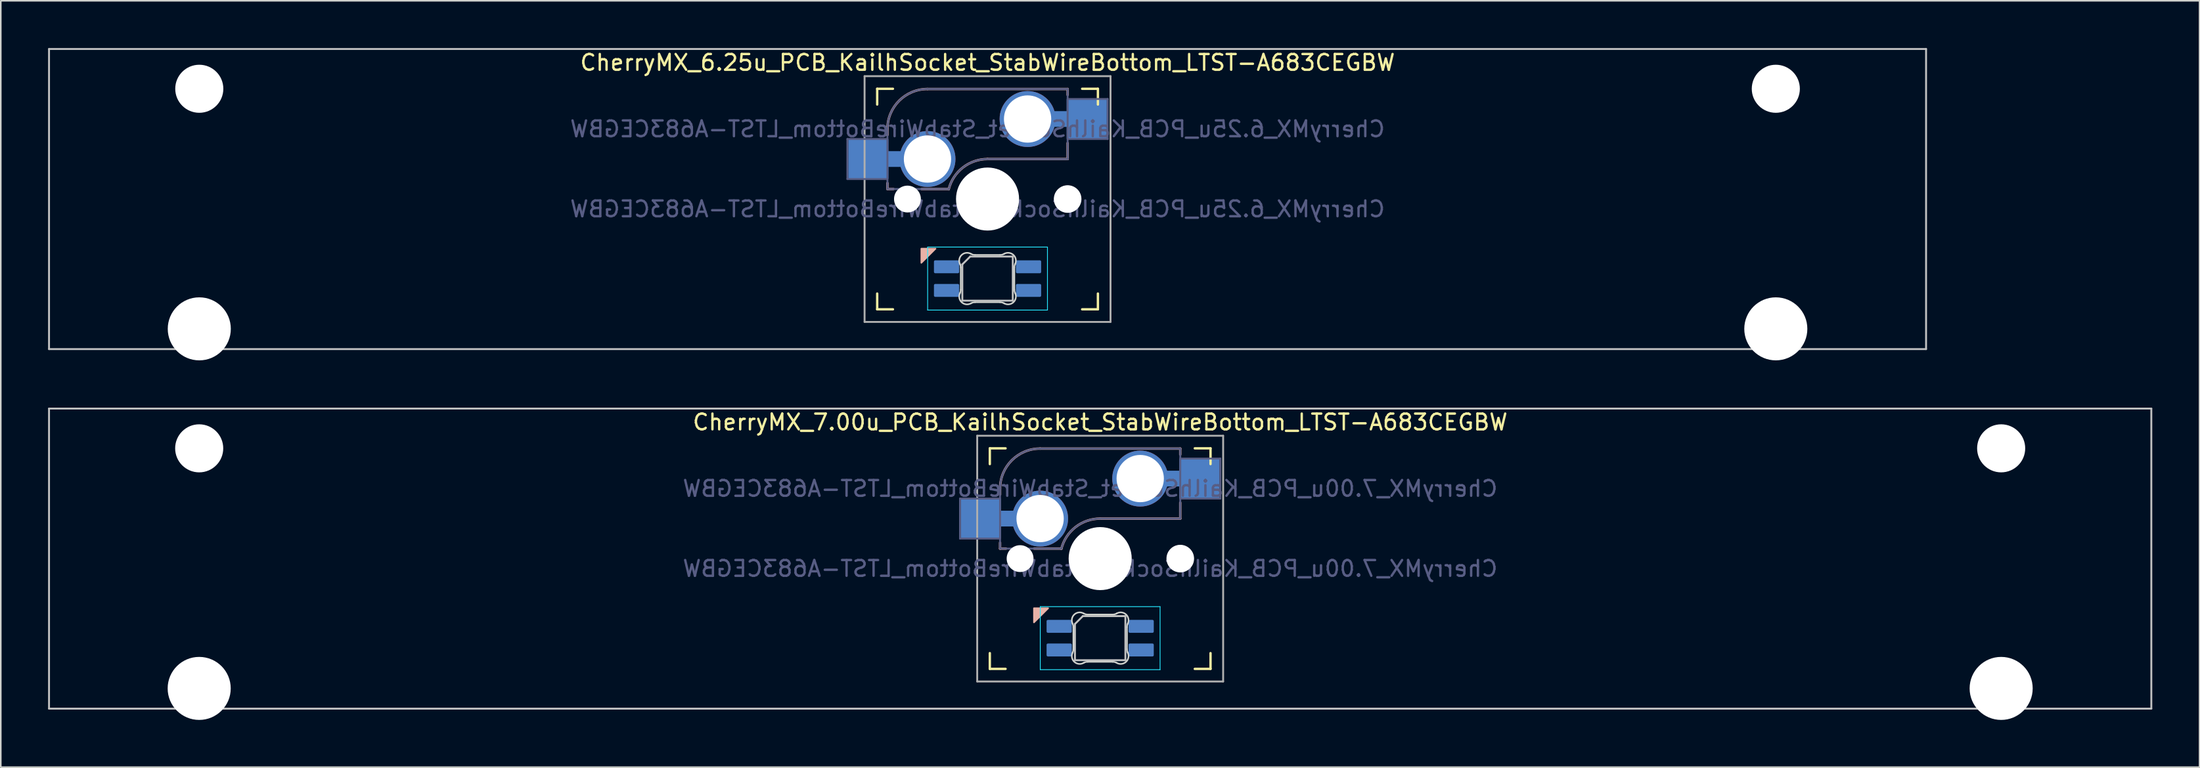
<source format=kicad_pcb>
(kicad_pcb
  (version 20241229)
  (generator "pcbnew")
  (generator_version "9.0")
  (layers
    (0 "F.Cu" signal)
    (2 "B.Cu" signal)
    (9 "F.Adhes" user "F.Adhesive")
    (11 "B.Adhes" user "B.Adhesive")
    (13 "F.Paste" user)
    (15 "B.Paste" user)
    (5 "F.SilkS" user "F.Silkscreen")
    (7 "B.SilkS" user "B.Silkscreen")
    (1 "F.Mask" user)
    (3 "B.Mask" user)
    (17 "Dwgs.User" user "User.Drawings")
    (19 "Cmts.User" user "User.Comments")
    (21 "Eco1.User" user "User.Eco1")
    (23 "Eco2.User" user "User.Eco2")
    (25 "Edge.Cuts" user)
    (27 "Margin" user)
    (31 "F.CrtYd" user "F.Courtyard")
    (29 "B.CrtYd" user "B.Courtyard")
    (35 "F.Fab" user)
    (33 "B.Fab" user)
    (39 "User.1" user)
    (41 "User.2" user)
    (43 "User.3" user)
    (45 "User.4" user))
  (footprint "CherryMX_7.00u_PCB_KailhSocket_StabWireBottom_LTST-A683CEGBW"
    (layer "F.Cu")
    (at 66.735 32.41)
    (property "Reference" "CherryMX_7.00u_PCB_KailhSocket_StabWireBottom_LTST-A683CEGBW" (at 0 -8.662 0) (layer "F.SilkS") (effects (font (size 1 1) (thickness 0.15))))
    (property "Value" "CherryMX_7.00u_PCB_KailhSocket_StabWireBottom_LTST-A683CEGBW" (at 0 8.662 0) (layer "F.Fab") (hide yes) (effects (font (size 1 1) (thickness 0.15))))
    (attr through_hole)
    (fp_line (start -7 -6) (end -7 -7) (stroke (width 0.15) (type solid)) (layer "F.SilkS"))
    (fp_line (start -7 7) (end -7 6) (stroke (width 0.15) (type solid)) (layer "F.SilkS"))
    (fp_line (start -7 7) (end -6 7) (stroke (width 0.15) (type solid)) (layer "F.SilkS"))
    (fp_line (start -6 -7) (end -7 -7) (stroke (width 0.15) (type solid)) (layer "F.SilkS"))
    (fp_line (start 6 7) (end 7 7) (stroke (width 0.15) (type solid)) (layer "F.SilkS"))
    (fp_line (start 7 -7) (end 6 -7) (stroke (width 0.15) (type solid)) (layer "F.SilkS"))
    (fp_line (start 7 -7) (end 7 -6) (stroke (width 0.15) (type solid)) (layer "F.SilkS"))
    (fp_line (start 7 6) (end 7 7) (stroke (width 0.15) (type solid)) (layer "F.SilkS"))
    (fp_line (start -6.35 -4.445) (end -6.35 -4.064) (stroke (width 0.15) (type solid)) (layer "B.SilkS"))
    (fp_line (start -6.35 -1.016) (end -6.35 -0.635) (stroke (width 0.15) (type solid)) (layer "B.SilkS"))
    (fp_line (start -5.969 -0.635) (end -6.35 -0.635) (stroke (width 0.15) (type solid)) (layer "B.SilkS"))
    (fp_line (start -3.81 -6.985) (end 5.08 -6.985) (stroke (width 0.15) (type solid)) (layer "B.SilkS"))
    (fp_line (start -2.464 -0.635) (end -4.191 -0.635) (stroke (width 0.15) (type solid)) (layer "B.SilkS"))
    (fp_line (start 5.08 -6.985) (end 5.08 -6.604) (stroke (width 0.15) (type solid)) (layer "B.SilkS"))
    (fp_line (start 5.08 -3.556) (end 5.08 -2.54) (stroke (width 0.15) (type solid)) (layer "B.SilkS"))
    (fp_line (start 5.08 -2.54) (end 0 -2.54) (stroke (width 0.15) (type solid)) (layer "B.SilkS"))
    (fp_arc (start -6.35 -4.445) (mid -5.606051 -6.241051) (end -3.81 -6.985) (stroke (width 0.15) (type solid)) (layer "B.SilkS"))
    (fp_arc (start -2.464162 -0.61604) (mid -1.563147 -2.002042) (end 0 -2.54) (stroke (width 0.15) (type solid)) (layer "B.SilkS"))
    (fp_poly (pts (xy -4.2 4.05) (xy -3.3 3.15) (xy -4.2 3.15)) (stroke (width 0.1) (type solid)) (fill yes) (layer "B.SilkS"))
    (fp_line (start -66.675 -9.525) (end 66.675 -9.525) (stroke (width 0.12) (type solid)) (layer "Dwgs.User"))
    (fp_line (start -66.675 9.525) (end -66.675 -9.525) (stroke (width 0.12) (type solid)) (layer "Dwgs.User"))
    (fp_line (start -1.6 4.15) (end -1.6 6.45) (stroke (width 0.12) (type solid)) (layer "Dwgs.User"))
    (fp_line (start -1.6 4.15) (end -1.1 3.65) (stroke (width 0.12) (type solid)) (layer "Dwgs.User"))
    (fp_line (start -1.6 6.45) (end 1.6 6.45) (stroke (width 0.12) (type solid)) (layer "Dwgs.User"))
    (fp_line (start 1.6 3.65) (end -1.1 3.65) (stroke (width 0.12) (type solid)) (layer "Dwgs.User"))
    (fp_line (start 1.6 6.45) (end 1.6 3.65) (stroke (width 0.12) (type solid)) (layer "Dwgs.User"))
    (fp_line (start 66.675 -9.525) (end 66.675 9.525) (stroke (width 0.12) (type solid)) (layer "Dwgs.User"))
    (fp_line (start 66.675 9.525) (end -66.675 9.525) (stroke (width 0.12) (type solid)) (layer "Dwgs.User"))
    (fp_line (start -6.9 6.9) (end -6.9 -6.9) (stroke (width 0.15) (type solid)) (layer "Eco2.User"))
    (fp_line (start -6.9 6.9) (end 6.9 6.9) (stroke (width 0.15) (type solid)) (layer "Eco2.User"))
    (fp_line (start 6.9 -6.9) (end -6.9 -6.9) (stroke (width 0.15) (type solid)) (layer "Eco2.User"))
    (fp_line (start 6.9 -6.9) (end 6.9 6.9) (stroke (width 0.15) (type solid)) (layer "Eco2.User"))
    (fp_line (start -1.7 5.753) (end -1.7 4.347) (stroke (width 0.1) (type solid)) (layer "Edge.Cuts"))
    (fp_line (start -0.794 3.55) (end 0.794 3.55) (stroke (width 0.1) (type solid)) (layer "Edge.Cuts"))
    (fp_line (start 0.794 6.55) (end -0.794 6.55) (stroke (width 0.1) (type solid)) (layer "Edge.Cuts"))
    (fp_line (start 1.7 4.347) (end 1.7 5.753) (stroke (width 0.1) (type solid)) (layer "Edge.Cuts"))
    (fp_arc (start -1.749484 4.13028) (mid -1.712527 4.235932) (end -1.699999 4.347158) (stroke (width 0.1) (type solid)) (layer "Edge.Cuts"))
    (fp_arc (start -1.749484 4.130281) (mid -1.638072 3.545965) (end -1.046711 3.481701) (stroke (width 0.1) (type solid)) (layer "Edge.Cuts"))
    (fp_arc (start -1.699999 5.752843) (mid -1.712527 5.864068) (end -1.749484 5.96972) (stroke (width 0.1) (type solid)) (layer "Edge.Cuts"))
    (fp_arc (start -1.046711 6.618298) (mid -1.63807 6.554034) (end -1.749484 5.96972) (stroke (width 0.1) (type solid)) (layer "Edge.Cuts"))
    (fp_arc (start -1.046711 6.618298) (mid -0.925123 6.567376) (end -0.794453 6.549999) (stroke (width 0.1) (type solid)) (layer "Edge.Cuts"))
    (fp_arc (start -0.794452 3.55) (mid -0.925123 3.532623) (end -1.046711 3.481701) (stroke (width 0.1) (type solid)) (layer "Edge.Cuts"))
    (fp_arc (start 0.794453 6.55) (mid 0.925123 6.567377) (end 1.046711 6.618299) (stroke (width 0.1) (type solid)) (layer "Edge.Cuts"))
    (fp_arc (start 1.04671 3.481701) (mid 0.925122 3.532623) (end 0.794452 3.55) (stroke (width 0.1) (type solid)) (layer "Edge.Cuts"))
    (fp_arc (start 1.046711 3.481703) (mid 1.63807 3.545966) (end 1.749484 4.13028) (stroke (width 0.1) (type solid)) (layer "Edge.Cuts"))
    (fp_arc (start 1.699999 4.347157) (mid 1.712527 4.235932) (end 1.749484 4.13028) (stroke (width 0.1) (type solid)) (layer "Edge.Cuts"))
    (fp_arc (start 1.749484 5.96972) (mid 1.638071 6.554035) (end 1.046711 6.618299) (stroke (width 0.1) (type solid)) (layer "Edge.Cuts"))
    (fp_arc (start 1.749484 5.96972) (mid 1.712527 5.864068) (end 1.699999 5.752842) (stroke (width 0.1) (type solid)) (layer "Edge.Cuts"))
    (fp_line (start -3.8 3.05) (end -3.8 7.05) (stroke (width 0.05) (type solid)) (layer "B.CrtYd"))
    (fp_line (start -3.8 7.05) (end 3.8 7.05) (stroke (width 0.05) (type solid)) (layer "B.CrtYd"))
    (fp_line (start 3.8 3.05) (end -3.8 3.05) (stroke (width 0.05) (type solid)) (layer "B.CrtYd"))
    (fp_line (start 3.8 7.05) (end 3.8 3.05) (stroke (width 0.05) (type solid)) (layer "B.CrtYd"))
    (fp_line (start -8.89 -3.81) (end -6.35 -3.81) (stroke (width 0.12) (type solid)) (layer "B.Fab"))
    (fp_line (start -8.89 -1.27) (end -8.89 -3.81) (stroke (width 0.12) (type solid)) (layer "B.Fab"))
    (fp_line (start -6.35 -1.27) (end -8.89 -1.27) (stroke (width 0.12) (type solid)) (layer "B.Fab"))
    (fp_line (start -6.35 -0.635) (end -6.35 -4.445) (stroke (width 0.12) (type solid)) (layer "B.Fab"))
    (fp_line (start -6.35 -0.635) (end -2.54 -0.635) (stroke (width 0.12) (type solid)) (layer "B.Fab"))
    (fp_line (start -3.81 -6.985) (end 5.08 -6.985) (stroke (width 0.12) (type solid)) (layer "B.Fab"))
    (fp_line (start 5.08 -6.985) (end 5.08 -2.54) (stroke (width 0.12) (type solid)) (layer "B.Fab"))
    (fp_line (start 5.08 -6.35) (end 7.62 -6.35) (stroke (width 0.12) (type solid)) (layer "B.Fab"))
    (fp_line (start 5.08 -2.54) (end 0 -2.54) (stroke (width 0.12) (type solid)) (layer "B.Fab"))
    (fp_line (start 7.62 -6.35) (end 7.62 -3.81) (stroke (width 0.12) (type solid)) (layer "B.Fab"))
    (fp_line (start 7.62 -3.81) (end 5.08 -3.81) (stroke (width 0.12) (type solid)) (layer "B.Fab"))
    (fp_arc (start -6.35 -4.445) (mid -5.606051 -6.241051) (end -3.81 -6.985) (stroke (width 0.12) (type solid)) (layer "B.Fab"))
    (fp_arc (start -2.464162 -0.61604) (mid -1.563147 -2.002042) (end 0 -2.54) (stroke (width 0.12) (type solid)) (layer "B.Fab"))
    (fp_line (start -7.8 -7.8) (end -7.8 7.8) (stroke (width 0.12) (type solid)) (layer "F.Fab"))
    (fp_line (start -7.8 -7.8) (end 7.8 -7.8) (stroke (width 0.12) (type solid)) (layer "F.Fab"))
    (fp_line (start -7.8 7.8) (end 7.8 7.8) (stroke (width 0.12) (type solid)) (layer "F.Fab"))
    (fp_line (start 7.8 -7.8) (end 7.8 7.8) (stroke (width 0.12) (type solid)) (layer "F.Fab"))
    (fp_text user "${VALUE}" (at -0.635 0.635 0) (layer "B.Fab") (effects (font (size 1 1) (thickness 0.15)) (justify mirror)))
    (fp_text user "${REFERENCE}" (at -0.635 -4.445 0) (layer "B.Fab") (effects (font (size 1 1) (thickness 0.15)) (justify mirror)))
    (pad "" np_thru_hole circle (at -57.15 -7) (size 3.05 3.05) (drill 3.05) (layers "*.Cu" "*.Mask"))
    (pad "" np_thru_hole circle (at -57.15 8.24) (size 4 4) (drill 4) (layers "*.Cu" "*.Mask"))
    (pad "" np_thru_hole circle (at -5.08 0) (size 1.702 1.702) (drill 1.702) (layers "*.Cu" "*.Mask"))
    (pad "" np_thru_hole circle (at 0 0) (size 4 4) (drill 4) (layers "*.Cu" "*.Mask"))
    (pad "" np_thru_hole circle (at 5.08 0) (size 1.702 1.702) (drill 1.702) (layers "*.Cu" "*.Mask"))
    (pad "" np_thru_hole circle (at 5.08 0) (size 1.75 1.75) (drill 1.75) (layers "*.Cu" "*.Mask"))
    (pad "" np_thru_hole circle (at 57.15 -7) (size 3.05 3.05) (drill 3.05) (layers "*.Cu" "*.Mask"))
    (pad "" np_thru_hole circle (at 57.15 8.24) (size 4 4) (drill 4) (layers "*.Cu" "*.Mask"))
    (pad "1" smd rect (at -7.56 -2.54) (size 2.55 2.5) (layers "B.Cu" "B.Mask" "B.Paste"))
    (pad "1" connect rect (at -5.715 -2.54 90) (size 1 2.5) (layers "B.Cu"))
    (pad "1" thru_hole circle (at -3.81 -2.54) (size 3.55 3.55) (drill 3) (layers "*.Cu"))
    (pad "2" thru_hole circle (at 2.54 -5.08) (size 3.55 3.55) (drill 3) (layers "*.Cu"))
    (pad "2" connect rect (at 5.015 -5.08 270) (size 1 2.5) (layers "B.Cu"))
    (pad "2" smd rect (at 6.29 -5.08) (size 2.55 2.5) (layers "B.Cu" "B.Mask" "B.Paste"))
    (pad "3" smd roundrect (at -2.6 4.3 90) (size 0.82 1.6) (layers "B.Cu" "B.Mask" "B.Paste") (roundrect_rratio 0.1))
    (pad "4" smd roundrect (at -2.6 5.8 90) (size 0.82 1.6) (layers "B.Cu" "B.Mask" "B.Paste") (roundrect_rratio 0.1))
    (pad "5" smd roundrect (at 2.6 4.3 90) (size 0.82 1.6) (layers "B.Cu" "B.Mask" "B.Paste") (roundrect_rratio 0.1))
    (pad "6" smd roundrect (at 2.6 5.8 90) (size 0.82 1.6) (layers "B.Cu" "B.Mask" "B.Paste") (roundrect_rratio 0.1)))
  (footprint "CherryMX_6.25u_PCB_KailhSocket_StabWireBottom_LTST-A683CEGBW"
    (layer "F.Cu")
    (at 59.591 9.585)
    (property "Reference" "CherryMX_6.25u_PCB_KailhSocket_StabWireBottom_LTST-A683CEGBW" (at 0 -8.662 0) (layer "F.SilkS") (effects (font (size 1 1) (thickness 0.15))))
    (property "Value" "CherryMX_6.25u_PCB_KailhSocket_StabWireBottom_LTST-A683CEGBW" (at 0 8.662 0) (layer "F.Fab") (hide yes) (effects (font (size 1 1) (thickness 0.15))))
    (attr through_hole)
    (fp_line (start -7 -6) (end -7 -7) (stroke (width 0.15) (type solid)) (layer "F.SilkS"))
    (fp_line (start -7 7) (end -7 6) (stroke (width 0.15) (type solid)) (layer "F.SilkS"))
    (fp_line (start -7 7) (end -6 7) (stroke (width 0.15) (type solid)) (layer "F.SilkS"))
    (fp_line (start -6 -7) (end -7 -7) (stroke (width 0.15) (type solid)) (layer "F.SilkS"))
    (fp_line (start 6 7) (end 7 7) (stroke (width 0.15) (type solid)) (layer "F.SilkS"))
    (fp_line (start 7 -7) (end 6 -7) (stroke (width 0.15) (type solid)) (layer "F.SilkS"))
    (fp_line (start 7 -7) (end 7 -6) (stroke (width 0.15) (type solid)) (layer "F.SilkS"))
    (fp_line (start 7 6) (end 7 7) (stroke (width 0.15) (type solid)) (layer "F.SilkS"))
    (fp_line (start -6.35 -4.445) (end -6.35 -4.064) (stroke (width 0.15) (type solid)) (layer "B.SilkS"))
    (fp_line (start -6.35 -1.016) (end -6.35 -0.635) (stroke (width 0.15) (type solid)) (layer "B.SilkS"))
    (fp_line (start -5.969 -0.635) (end -6.35 -0.635) (stroke (width 0.15) (type solid)) (layer "B.SilkS"))
    (fp_line (start -3.81 -6.985) (end 5.08 -6.985) (stroke (width 0.15) (type solid)) (layer "B.SilkS"))
    (fp_line (start -2.464 -0.635) (end -4.191 -0.635) (stroke (width 0.15) (type solid)) (layer "B.SilkS"))
    (fp_line (start 5.08 -6.985) (end 5.08 -6.604) (stroke (width 0.15) (type solid)) (layer "B.SilkS"))
    (fp_line (start 5.08 -3.556) (end 5.08 -2.54) (stroke (width 0.15) (type solid)) (layer "B.SilkS"))
    (fp_line (start 5.08 -2.54) (end 0 -2.54) (stroke (width 0.15) (type solid)) (layer "B.SilkS"))
    (fp_arc (start -6.35 -4.445) (mid -5.606051 -6.241051) (end -3.81 -6.985) (stroke (width 0.15) (type solid)) (layer "B.SilkS"))
    (fp_arc (start -2.464162 -0.61604) (mid -1.563147 -2.002042) (end 0 -2.54) (stroke (width 0.15) (type solid)) (layer "B.SilkS"))
    (fp_poly (pts (xy -4.2 4.05) (xy -3.3 3.15) (xy -4.2 3.15)) (stroke (width 0.1) (type solid)) (fill yes) (layer "B.SilkS"))
    (fp_line (start -59.531 -9.525) (end 59.531 -9.525) (stroke (width 0.12) (type solid)) (layer "Dwgs.User"))
    (fp_line (start -59.531 9.525) (end -59.531 -9.525) (stroke (width 0.12) (type solid)) (layer "Dwgs.User"))
    (fp_line (start -1.6 4.15) (end -1.6 6.45) (stroke (width 0.12) (type solid)) (layer "Dwgs.User"))
    (fp_line (start -1.6 4.15) (end -1.1 3.65) (stroke (width 0.12) (type solid)) (layer "Dwgs.User"))
    (fp_line (start -1.6 6.45) (end 1.6 6.45) (stroke (width 0.12) (type solid)) (layer "Dwgs.User"))
    (fp_line (start 1.6 3.65) (end -1.1 3.65) (stroke (width 0.12) (type solid)) (layer "Dwgs.User"))
    (fp_line (start 1.6 6.45) (end 1.6 3.65) (stroke (width 0.12) (type solid)) (layer "Dwgs.User"))
    (fp_line (start 59.531 -9.525) (end 59.531 9.525) (stroke (width 0.12) (type solid)) (layer "Dwgs.User"))
    (fp_line (start 59.531 9.525) (end -59.531 9.525) (stroke (width 0.12) (type solid)) (layer "Dwgs.User"))
    (fp_line (start -6.9 6.9) (end -6.9 -6.9) (stroke (width 0.15) (type solid)) (layer "Eco2.User"))
    (fp_line (start -6.9 6.9) (end 6.9 6.9) (stroke (width 0.15) (type solid)) (layer "Eco2.User"))
    (fp_line (start 6.9 -6.9) (end -6.9 -6.9) (stroke (width 0.15) (type solid)) (layer "Eco2.User"))
    (fp_line (start 6.9 -6.9) (end 6.9 6.9) (stroke (width 0.15) (type solid)) (layer "Eco2.User"))
    (fp_line (start -1.7 5.753) (end -1.7 4.347) (stroke (width 0.1) (type solid)) (layer "Edge.Cuts"))
    (fp_line (start -0.794 3.55) (end 0.794 3.55) (stroke (width 0.1) (type solid)) (layer "Edge.Cuts"))
    (fp_line (start 0.794 6.55) (end -0.794 6.55) (stroke (width 0.1) (type solid)) (layer "Edge.Cuts"))
    (fp_line (start 1.7 4.347) (end 1.7 5.753) (stroke (width 0.1) (type solid)) (layer "Edge.Cuts"))
    (fp_arc (start -1.749484 4.13028) (mid -1.712527 4.235932) (end -1.699999 4.347158) (stroke (width 0.1) (type solid)) (layer "Edge.Cuts"))
    (fp_arc (start -1.749484 4.130281) (mid -1.638072 3.545965) (end -1.046711 3.481701) (stroke (width 0.1) (type solid)) (layer "Edge.Cuts"))
    (fp_arc (start -1.699999 5.752843) (mid -1.712527 5.864068) (end -1.749484 5.96972) (stroke (width 0.1) (type solid)) (layer "Edge.Cuts"))
    (fp_arc (start -1.046711 6.618298) (mid -1.63807 6.554034) (end -1.749484 5.96972) (stroke (width 0.1) (type solid)) (layer "Edge.Cuts"))
    (fp_arc (start -1.046711 6.618298) (mid -0.925123 6.567376) (end -0.794453 6.549999) (stroke (width 0.1) (type solid)) (layer "Edge.Cuts"))
    (fp_arc (start -0.794452 3.55) (mid -0.925123 3.532623) (end -1.046711 3.481701) (stroke (width 0.1) (type solid)) (layer "Edge.Cuts"))
    (fp_arc (start 0.794453 6.55) (mid 0.925123 6.567377) (end 1.046711 6.618299) (stroke (width 0.1) (type solid)) (layer "Edge.Cuts"))
    (fp_arc (start 1.04671 3.481701) (mid 0.925122 3.532623) (end 0.794452 3.55) (stroke (width 0.1) (type solid)) (layer "Edge.Cuts"))
    (fp_arc (start 1.046711 3.481703) (mid 1.63807 3.545966) (end 1.749484 4.13028) (stroke (width 0.1) (type solid)) (layer "Edge.Cuts"))
    (fp_arc (start 1.699999 4.347157) (mid 1.712527 4.235932) (end 1.749484 4.13028) (stroke (width 0.1) (type solid)) (layer "Edge.Cuts"))
    (fp_arc (start 1.749484 5.96972) (mid 1.638071 6.554035) (end 1.046711 6.618299) (stroke (width 0.1) (type solid)) (layer "Edge.Cuts"))
    (fp_arc (start 1.749484 5.96972) (mid 1.712527 5.864068) (end 1.699999 5.752842) (stroke (width 0.1) (type solid)) (layer "Edge.Cuts"))
    (fp_line (start -3.8 3.05) (end -3.8 7.05) (stroke (width 0.05) (type solid)) (layer "B.CrtYd"))
    (fp_line (start -3.8 7.05) (end 3.8 7.05) (stroke (width 0.05) (type solid)) (layer "B.CrtYd"))
    (fp_line (start 3.8 3.05) (end -3.8 3.05) (stroke (width 0.05) (type solid)) (layer "B.CrtYd"))
    (fp_line (start 3.8 7.05) (end 3.8 3.05) (stroke (width 0.05) (type solid)) (layer "B.CrtYd"))
    (fp_line (start -8.89 -3.81) (end -6.35 -3.81) (stroke (width 0.12) (type solid)) (layer "B.Fab"))
    (fp_line (start -8.89 -1.27) (end -8.89 -3.81) (stroke (width 0.12) (type solid)) (layer "B.Fab"))
    (fp_line (start -6.35 -1.27) (end -8.89 -1.27) (stroke (width 0.12) (type solid)) (layer "B.Fab"))
    (fp_line (start -6.35 -0.635) (end -6.35 -4.445) (stroke (width 0.12) (type solid)) (layer "B.Fab"))
    (fp_line (start -6.35 -0.635) (end -2.54 -0.635) (stroke (width 0.12) (type solid)) (layer "B.Fab"))
    (fp_line (start -3.81 -6.985) (end 5.08 -6.985) (stroke (width 0.12) (type solid)) (layer "B.Fab"))
    (fp_line (start 5.08 -6.985) (end 5.08 -2.54) (stroke (width 0.12) (type solid)) (layer "B.Fab"))
    (fp_line (start 5.08 -6.35) (end 7.62 -6.35) (stroke (width 0.12) (type solid)) (layer "B.Fab"))
    (fp_line (start 5.08 -2.54) (end 0 -2.54) (stroke (width 0.12) (type solid)) (layer "B.Fab"))
    (fp_line (start 7.62 -6.35) (end 7.62 -3.81) (stroke (width 0.12) (type solid)) (layer "B.Fab"))
    (fp_line (start 7.62 -3.81) (end 5.08 -3.81) (stroke (width 0.12) (type solid)) (layer "B.Fab"))
    (fp_arc (start -6.35 -4.445) (mid -5.606051 -6.241051) (end -3.81 -6.985) (stroke (width 0.12) (type solid)) (layer "B.Fab"))
    (fp_arc (start -2.464162 -0.61604) (mid -1.563147 -2.002042) (end 0 -2.54) (stroke (width 0.12) (type solid)) (layer "B.Fab"))
    (fp_line (start -7.8 -7.8) (end -7.8 7.8) (stroke (width 0.12) (type solid)) (layer "F.Fab"))
    (fp_line (start -7.8 -7.8) (end 7.8 -7.8) (stroke (width 0.12) (type solid)) (layer "F.Fab"))
    (fp_line (start -7.8 7.8) (end 7.8 7.8) (stroke (width 0.12) (type solid)) (layer "F.Fab"))
    (fp_line (start 7.8 -7.8) (end 7.8 7.8) (stroke (width 0.12) (type solid)) (layer "F.Fab"))
    (fp_text user "${REFERENCE}" (at -0.635 -4.445 0) (layer "B.Fab") (effects (font (size 1 1) (thickness 0.15)) (justify mirror)))
    (fp_text user "${VALUE}" (at -0.635 0.635 0) (layer "B.Fab") (effects (font (size 1 1) (thickness 0.15)) (justify mirror)))
    (pad "" np_thru_hole circle (at -50 -7) (size 3.05 3.05) (drill 3.05) (layers "*.Cu" "*.Mask"))
    (pad "" np_thru_hole circle (at -50 8.24) (size 4 4) (drill 4) (layers "*.Cu" "*.Mask"))
    (pad "" np_thru_hole circle (at -5.08 0) (size 1.702 1.702) (drill 1.702) (layers "*.Cu" "*.Mask"))
    (pad "" np_thru_hole circle (at 0 0) (size 4 4) (drill 4) (layers "*.Cu" "*.Mask"))
    (pad "" np_thru_hole circle (at 5.08 0) (size 1.702 1.702) (drill 1.702) (layers "*.Cu" "*.Mask"))
    (pad "" np_thru_hole circle (at 5.08 0) (size 1.75 1.75) (drill 1.75) (layers "*.Cu" "*.Mask"))
    (pad "" np_thru_hole circle (at 50 -7) (size 3.05 3.05) (drill 3.05) (layers "*.Cu" "*.Mask"))
    (pad "" np_thru_hole circle (at 50 8.24) (size 4 4) (drill 4) (layers "*.Cu" "*.Mask"))
    (pad "1" smd rect (at -7.56 -2.54) (size 2.55 2.5) (layers "B.Cu" "B.Mask" "B.Paste"))
    (pad "1" connect rect (at -5.715 -2.54 90) (size 1 2.5) (layers "B.Cu"))
    (pad "1" thru_hole circle (at -3.81 -2.54) (size 3.55 3.55) (drill 3) (layers "*.Cu"))
    (pad "2" thru_hole circle (at 2.54 -5.08) (size 3.55 3.55) (drill 3) (layers "*.Cu"))
    (pad "2" connect rect (at 5.015 -5.08 270) (size 1 2.5) (layers "B.Cu"))
    (pad "2" smd rect (at 6.29 -5.08) (size 2.55 2.5) (layers "B.Cu" "B.Mask" "B.Paste"))
    (pad "3" smd roundrect (at -2.6 4.3 90) (size 0.82 1.6) (layers "B.Cu" "B.Mask" "B.Paste") (roundrect_rratio 0.1))
    (pad "4" smd roundrect (at -2.6 5.8 90) (size 0.82 1.6) (layers "B.Cu" "B.Mask" "B.Paste") (roundrect_rratio 0.1))
    (pad "5" smd roundrect (at 2.6 4.3 90) (size 0.82 1.6) (layers "B.Cu" "B.Mask" "B.Paste") (roundrect_rratio 0.1))
    (pad "6" smd roundrect (at 2.6 5.8 90) (size 0.82 1.6) (layers "B.Cu" "B.Mask" "B.Paste") (roundrect_rratio 0.1)))
  (gr_rect
    (start -3 -3)
    (end 136.47 45.65)
    (stroke (width 0.1) (type default))
    (fill no)
    (layer "Edge.Cuts")))
</source>
